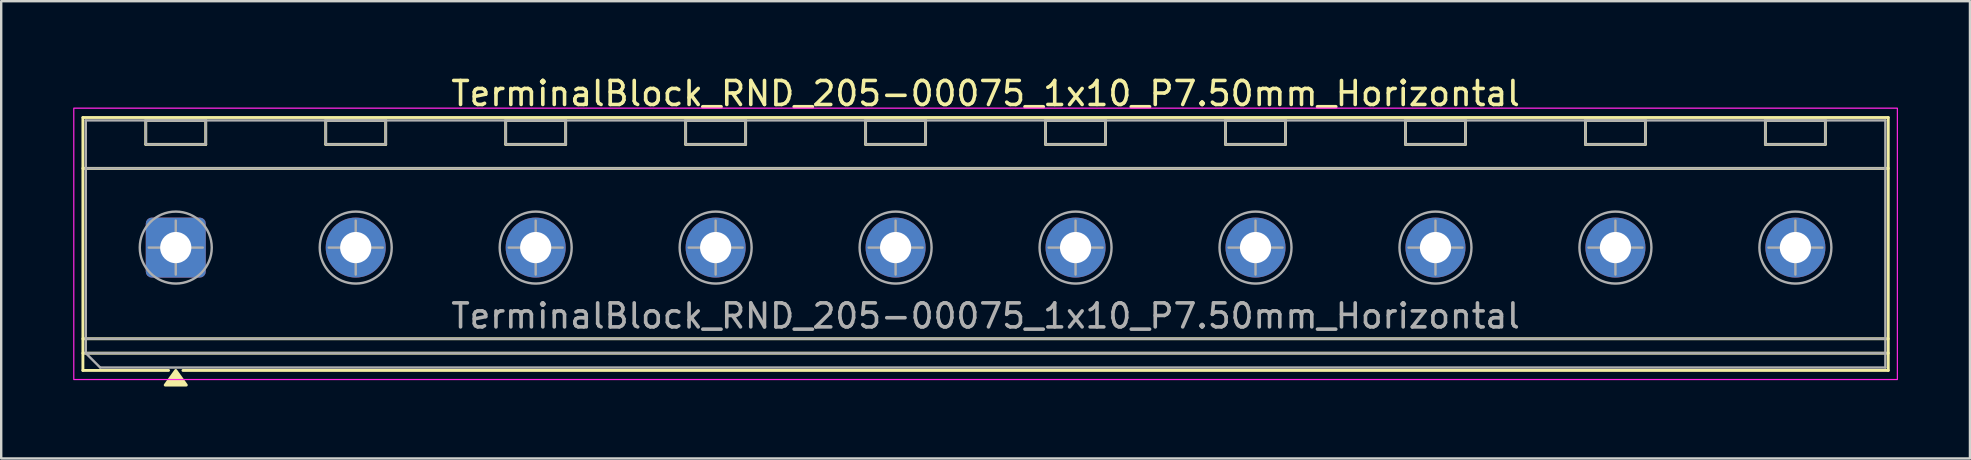
<source format=kicad_pcb>
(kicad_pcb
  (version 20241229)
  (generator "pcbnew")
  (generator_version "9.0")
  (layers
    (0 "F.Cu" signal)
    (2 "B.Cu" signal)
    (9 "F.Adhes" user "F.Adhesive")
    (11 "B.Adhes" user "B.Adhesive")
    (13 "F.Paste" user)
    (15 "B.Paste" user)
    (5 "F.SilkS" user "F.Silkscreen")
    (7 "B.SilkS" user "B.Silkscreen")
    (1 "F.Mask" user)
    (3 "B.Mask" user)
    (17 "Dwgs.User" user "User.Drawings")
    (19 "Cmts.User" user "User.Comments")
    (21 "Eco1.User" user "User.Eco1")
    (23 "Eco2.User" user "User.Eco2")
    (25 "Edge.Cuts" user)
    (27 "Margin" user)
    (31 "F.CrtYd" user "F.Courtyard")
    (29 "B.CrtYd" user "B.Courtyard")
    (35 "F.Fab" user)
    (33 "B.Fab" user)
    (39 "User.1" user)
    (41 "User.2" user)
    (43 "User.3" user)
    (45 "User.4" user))
  (footprint "TerminalBlock_RND_205-00075_1x10_P7.50mm_Horizontal"
    (layer "F.Cu")
    (at 4.275 7.268)
    (property "Reference" "TerminalBlock_RND_205-00075_1x10_P7.50mm_Horizontal" (at 33.75 -6.42 0) (layer "F.SilkS") (effects (font (size 1 1) (thickness 0.15))))
    (attr through_hole)
    (fp_line (start -3.87 -5.42) (end 71.37 -5.42) (stroke (width 0.12) (type solid)) (layer "F.SilkS"))
    (fp_line (start -3.87 -3.3) (end 71.37 -3.3) (stroke (width 0.12) (type solid)) (layer "F.SilkS"))
    (fp_line (start -3.87 3.8) (end 71.37 3.8) (stroke (width 0.12) (type solid)) (layer "F.SilkS"))
    (fp_line (start -3.87 4.4) (end 71.37 4.4) (stroke (width 0.12) (type solid)) (layer "F.SilkS"))
    (fp_line (start -3.87 5.12) (end -3.87 -5.42) (stroke (width 0.12) (type solid)) (layer "F.SilkS"))
    (fp_line (start -1.25 -5.3) (end 1.25 -5.3) (stroke (width 0.12) (type solid)) (layer "F.SilkS"))
    (fp_line (start -1.25 -4.3) (end -1.25 -5.3) (stroke (width 0.12) (type solid)) (layer "F.SilkS"))
    (fp_line (start -0.3 5.12) (end -3.87 5.12) (stroke (width 0.12) (type solid)) (layer "F.SilkS"))
    (fp_line (start 1.25 -5.3) (end 1.25 -4.3) (stroke (width 0.12) (type solid)) (layer "F.SilkS"))
    (fp_line (start 1.25 -4.3) (end -1.25 -4.3) (stroke (width 0.12) (type solid)) (layer "F.SilkS"))
    (fp_line (start 6.25 -5.3) (end 8.75 -5.3) (stroke (width 0.12) (type solid)) (layer "F.SilkS"))
    (fp_line (start 6.25 -4.3) (end 6.25 -5.3) (stroke (width 0.12) (type solid)) (layer "F.SilkS"))
    (fp_line (start 8.75 -5.3) (end 8.75 -4.3) (stroke (width 0.12) (type solid)) (layer "F.SilkS"))
    (fp_line (start 8.75 -4.3) (end 6.25 -4.3) (stroke (width 0.12) (type solid)) (layer "F.SilkS"))
    (fp_line (start 13.75 -5.3) (end 16.25 -5.3) (stroke (width 0.12) (type solid)) (layer "F.SilkS"))
    (fp_line (start 13.75 -4.3) (end 13.75 -5.3) (stroke (width 0.12) (type solid)) (layer "F.SilkS"))
    (fp_line (start 16.25 -5.3) (end 16.25 -4.3) (stroke (width 0.12) (type solid)) (layer "F.SilkS"))
    (fp_line (start 16.25 -4.3) (end 13.75 -4.3) (stroke (width 0.12) (type solid)) (layer "F.SilkS"))
    (fp_line (start 21.25 -5.3) (end 23.75 -5.3) (stroke (width 0.12) (type solid)) (layer "F.SilkS"))
    (fp_line (start 21.25 -4.3) (end 21.25 -5.3) (stroke (width 0.12) (type solid)) (layer "F.SilkS"))
    (fp_line (start 23.75 -5.3) (end 23.75 -4.3) (stroke (width 0.12) (type solid)) (layer "F.SilkS"))
    (fp_line (start 23.75 -4.3) (end 21.25 -4.3) (stroke (width 0.12) (type solid)) (layer "F.SilkS"))
    (fp_line (start 28.75 -5.3) (end 31.25 -5.3) (stroke (width 0.12) (type solid)) (layer "F.SilkS"))
    (fp_line (start 28.75 -4.3) (end 28.75 -5.3) (stroke (width 0.12) (type solid)) (layer "F.SilkS"))
    (fp_line (start 31.25 -5.3) (end 31.25 -4.3) (stroke (width 0.12) (type solid)) (layer "F.SilkS"))
    (fp_line (start 31.25 -4.3) (end 28.75 -4.3) (stroke (width 0.12) (type solid)) (layer "F.SilkS"))
    (fp_line (start 36.25 -5.3) (end 38.75 -5.3) (stroke (width 0.12) (type solid)) (layer "F.SilkS"))
    (fp_line (start 36.25 -4.3) (end 36.25 -5.3) (stroke (width 0.12) (type solid)) (layer "F.SilkS"))
    (fp_line (start 38.75 -5.3) (end 38.75 -4.3) (stroke (width 0.12) (type solid)) (layer "F.SilkS"))
    (fp_line (start 38.75 -4.3) (end 36.25 -4.3) (stroke (width 0.12) (type solid)) (layer "F.SilkS"))
    (fp_line (start 43.75 -5.3) (end 46.25 -5.3) (stroke (width 0.12) (type solid)) (layer "F.SilkS"))
    (fp_line (start 43.75 -4.3) (end 43.75 -5.3) (stroke (width 0.12) (type solid)) (layer "F.SilkS"))
    (fp_line (start 46.25 -5.3) (end 46.25 -4.3) (stroke (width 0.12) (type solid)) (layer "F.SilkS"))
    (fp_line (start 46.25 -4.3) (end 43.75 -4.3) (stroke (width 0.12) (type solid)) (layer "F.SilkS"))
    (fp_line (start 51.25 -5.3) (end 53.75 -5.3) (stroke (width 0.12) (type solid)) (layer "F.SilkS"))
    (fp_line (start 51.25 -4.3) (end 51.25 -5.3) (stroke (width 0.12) (type solid)) (layer "F.SilkS"))
    (fp_line (start 53.75 -5.3) (end 53.75 -4.3) (stroke (width 0.12) (type solid)) (layer "F.SilkS"))
    (fp_line (start 53.75 -4.3) (end 51.25 -4.3) (stroke (width 0.12) (type solid)) (layer "F.SilkS"))
    (fp_line (start 58.75 -5.3) (end 61.25 -5.3) (stroke (width 0.12) (type solid)) (layer "F.SilkS"))
    (fp_line (start 58.75 -4.3) (end 58.75 -5.3) (stroke (width 0.12) (type solid)) (layer "F.SilkS"))
    (fp_line (start 61.25 -5.3) (end 61.25 -4.3) (stroke (width 0.12) (type solid)) (layer "F.SilkS"))
    (fp_line (start 61.25 -4.3) (end 58.75 -4.3) (stroke (width 0.12) (type solid)) (layer "F.SilkS"))
    (fp_line (start 66.25 -5.3) (end 68.75 -5.3) (stroke (width 0.12) (type solid)) (layer "F.SilkS"))
    (fp_line (start 66.25 -4.3) (end 66.25 -5.3) (stroke (width 0.12) (type solid)) (layer "F.SilkS"))
    (fp_line (start 68.75 -5.3) (end 68.75 -4.3) (stroke (width 0.12) (type solid)) (layer "F.SilkS"))
    (fp_line (start 68.75 -4.3) (end 66.25 -4.3) (stroke (width 0.12) (type solid)) (layer "F.SilkS"))
    (fp_line (start 71.37 -5.42) (end 71.37 5.12) (stroke (width 0.12) (type solid)) (layer "F.SilkS"))
    (fp_line (start 71.37 5.12) (end 0.3 5.12) (stroke (width 0.12) (type solid)) (layer "F.SilkS"))
    (fp_poly (pts (xy 0 5.12) (xy 0.44 5.73) (xy -0.44 5.73)) (stroke (width 0.12) (type solid)) (fill yes) (layer "F.SilkS"))
    (fp_rect (start -4.25 -5.81) (end 71.75 5.5) (stroke (width 0.05) (type solid)) (fill no) (layer "F.CrtYd"))
    (fp_line (start -3.75 -5.3) (end 71.25 -5.3) (stroke (width 0.1) (type solid)) (layer "F.Fab"))
    (fp_line (start -3.75 -3.3) (end 71.25 -3.3) (stroke (width 0.1) (type solid)) (layer "F.Fab"))
    (fp_line (start -3.75 3.8) (end 71.25 3.8) (stroke (width 0.1) (type solid)) (layer "F.Fab"))
    (fp_line (start -3.75 4.4) (end -3.75 -5.3) (stroke (width 0.1) (type solid)) (layer "F.Fab"))
    (fp_line (start -3.75 4.4) (end 71.25 4.4) (stroke (width 0.1) (type solid)) (layer "F.Fab"))
    (fp_line (start -3.15 5) (end -3.75 4.4) (stroke (width 0.1) (type solid)) (layer "F.Fab"))
    (fp_line (start -1.125 0) (end 1.125 0) (stroke (width 0.1) (type solid)) (layer "F.Fab"))
    (fp_line (start 0 -1.125) (end 0 1.125) (stroke (width 0.1) (type solid)) (layer "F.Fab"))
    (fp_line (start 6.375 0) (end 8.625 0) (stroke (width 0.1) (type solid)) (layer "F.Fab"))
    (fp_line (start 7.5 -1.125) (end 7.5 1.125) (stroke (width 0.1) (type solid)) (layer "F.Fab"))
    (fp_line (start 13.875 0) (end 16.125 0) (stroke (width 0.1) (type solid)) (layer "F.Fab"))
    (fp_line (start 15 -1.125) (end 15 1.125) (stroke (width 0.1) (type solid)) (layer "F.Fab"))
    (fp_line (start 21.375 0) (end 23.625 0) (stroke (width 0.1) (type solid)) (layer "F.Fab"))
    (fp_line (start 22.5 -1.125) (end 22.5 1.125) (stroke (width 0.1) (type solid)) (layer "F.Fab"))
    (fp_line (start 28.875 0) (end 31.125 0) (stroke (width 0.1) (type solid)) (layer "F.Fab"))
    (fp_line (start 30 -1.125) (end 30 1.125) (stroke (width 0.1) (type solid)) (layer "F.Fab"))
    (fp_line (start 36.375 0) (end 38.625 0) (stroke (width 0.1) (type solid)) (layer "F.Fab"))
    (fp_line (start 37.5 -1.125) (end 37.5 1.125) (stroke (width 0.1) (type solid)) (layer "F.Fab"))
    (fp_line (start 43.875 0) (end 46.125 0) (stroke (width 0.1) (type solid)) (layer "F.Fab"))
    (fp_line (start 45 -1.125) (end 45 1.125) (stroke (width 0.1) (type solid)) (layer "F.Fab"))
    (fp_line (start 51.375 0) (end 53.625 0) (stroke (width 0.1) (type solid)) (layer "F.Fab"))
    (fp_line (start 52.5 -1.125) (end 52.5 1.125) (stroke (width 0.1) (type solid)) (layer "F.Fab"))
    (fp_line (start 58.875 0) (end 61.125 0) (stroke (width 0.1) (type solid)) (layer "F.Fab"))
    (fp_line (start 60 -1.125) (end 60 1.125) (stroke (width 0.1) (type solid)) (layer "F.Fab"))
    (fp_line (start 66.375 0) (end 68.625 0) (stroke (width 0.1) (type solid)) (layer "F.Fab"))
    (fp_line (start 67.5 -1.125) (end 67.5 1.125) (stroke (width 0.1) (type solid)) (layer "F.Fab"))
    (fp_line (start 71.25 -5.3) (end 71.25 5) (stroke (width 0.1) (type solid)) (layer "F.Fab"))
    (fp_line (start 71.25 5) (end -3.15 5) (stroke (width 0.1) (type solid)) (layer "F.Fab"))
    (fp_rect (start -1.25 -5.3) (end 1.25 -4.3) (stroke (width 0.1) (type solid)) (fill no) (layer "F.Fab"))
    (fp_rect (start 6.25 -5.3) (end 8.75 -4.3) (stroke (width 0.1) (type solid)) (fill no) (layer "F.Fab"))
    (fp_rect (start 13.75 -5.3) (end 16.25 -4.3) (stroke (width 0.1) (type solid)) (fill no) (layer "F.Fab"))
    (fp_rect (start 21.25 -5.3) (end 23.75 -4.3) (stroke (width 0.1) (type solid)) (fill no) (layer "F.Fab"))
    (fp_rect (start 28.75 -5.3) (end 31.25 -4.3) (stroke (width 0.1) (type solid)) (fill no) (layer "F.Fab"))
    (fp_rect (start 36.25 -5.3) (end 38.75 -4.3) (stroke (width 0.1) (type solid)) (fill no) (layer "F.Fab"))
    (fp_rect (start 43.75 -5.3) (end 46.25 -4.3) (stroke (width 0.1) (type solid)) (fill no) (layer "F.Fab"))
    (fp_rect (start 51.25 -5.3) (end 53.75 -4.3) (stroke (width 0.1) (type solid)) (fill no) (layer "F.Fab"))
    (fp_rect (start 58.75 -5.3) (end 61.25 -4.3) (stroke (width 0.1) (type solid)) (fill no) (layer "F.Fab"))
    (fp_rect (start 66.25 -5.3) (end 68.75 -4.3) (stroke (width 0.1) (type solid)) (fill no) (layer "F.Fab"))
    (fp_circle (center 0 0) (end 1.5 0) (stroke (width 0.1) (type solid)) (fill no) (layer "F.Fab"))
    (fp_circle (center 7.5 0) (end 9 0) (stroke (width 0.1) (type solid)) (fill no) (layer "F.Fab"))
    (fp_circle (center 15 0) (end 16.5 0) (stroke (width 0.1) (type solid)) (fill no) (layer "F.Fab"))
    (fp_circle (center 22.5 0) (end 24 0) (stroke (width 0.1) (type solid)) (fill no) (layer "F.Fab"))
    (fp_circle (center 30 0) (end 31.5 0) (stroke (width 0.1) (type solid)) (fill no) (layer "F.Fab"))
    (fp_circle (center 37.5 0) (end 39 0) (stroke (width 0.1) (type solid)) (fill no) (layer "F.Fab"))
    (fp_circle (center 45 0) (end 46.5 0) (stroke (width 0.1) (type solid)) (fill no) (layer "F.Fab"))
    (fp_circle (center 52.5 0) (end 54 0) (stroke (width 0.1) (type solid)) (fill no) (layer "F.Fab"))
    (fp_circle (center 60 0) (end 61.5 0) (stroke (width 0.1) (type solid)) (fill no) (layer "F.Fab"))
    (fp_circle (center 67.5 0) (end 69 0) (stroke (width 0.1) (type solid)) (fill no) (layer "F.Fab"))
    (fp_text user "${REFERENCE}" (at 33.75 2.85 0) (layer "F.Fab") (effects (font (size 1 1) (thickness 0.15))))
    (pad "1" thru_hole roundrect (at 0 0) (size 2.5 2.5) (drill 1.3) (layers "*.Cu" "*.Mask") (roundrect_rratio 0.1))
    (pad "2" thru_hole circle (at 7.5 0) (size 2.5 2.5) (drill 1.3) (layers "*.Cu" "*.Mask"))
    (pad "3" thru_hole circle (at 15 0) (size 2.5 2.5) (drill 1.3) (layers "*.Cu" "*.Mask"))
    (pad "4" thru_hole circle (at 22.5 0) (size 2.5 2.5) (drill 1.3) (layers "*.Cu" "*.Mask"))
    (pad "5" thru_hole circle (at 30 0) (size 2.5 2.5) (drill 1.3) (layers "*.Cu" "*.Mask"))
    (pad "6" thru_hole circle (at 37.5 0) (size 2.5 2.5) (drill 1.3) (layers "*.Cu" "*.Mask"))
    (pad "7" thru_hole circle (at 45 0) (size 2.5 2.5) (drill 1.3) (layers "*.Cu" "*.Mask"))
    (pad "8" thru_hole circle (at 52.5 0) (size 2.5 2.5) (drill 1.3) (layers "*.Cu" "*.Mask"))
    (pad "9" thru_hole circle (at 60 0) (size 2.5 2.5) (drill 1.3) (layers "*.Cu" "*.Mask"))
    (pad "10" thru_hole circle (at 67.5 0) (size 2.5 2.5) (drill 1.3) (layers "*.Cu" "*.Mask")))
  (gr_rect
    (start -3 -3)
    (end 79.05 16.058)
    (stroke (width 0.1) (type default))
    (fill no)
    (layer "Edge.Cuts")))
</source>
